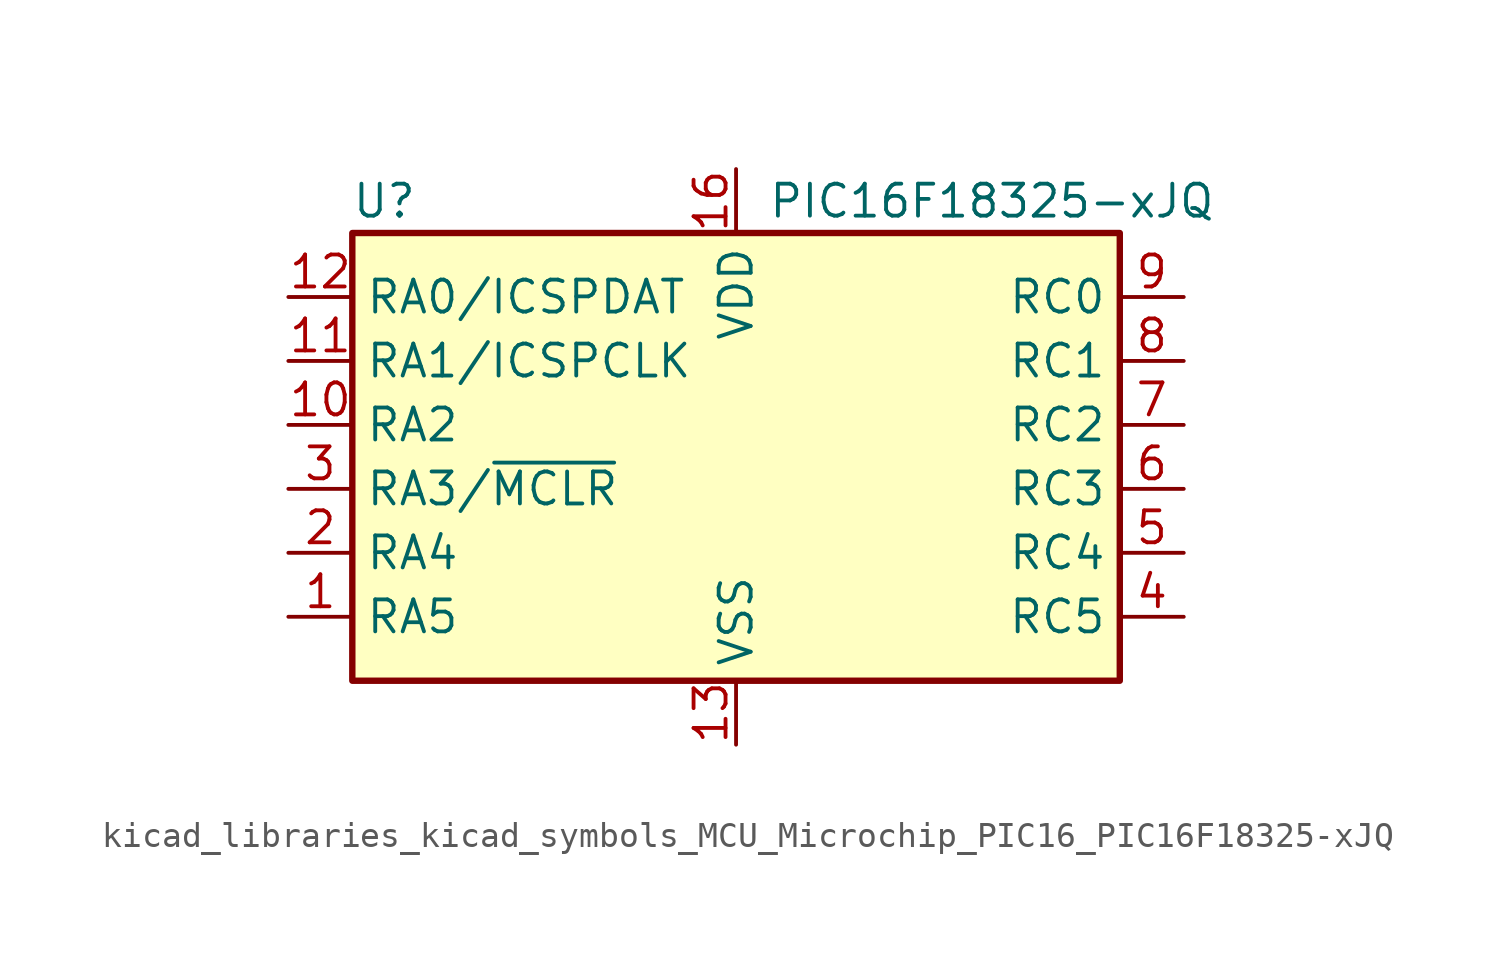
<source format=kicad_sym>
(kicad_symbol_lib
  (version 20220914)
  (generator kicad_symbol_editor)
  (symbol "kicad_libraries_kicad_symbols_MCU_Microchip_PIC16_PIC16F18325-xJQ"
    (property "Reference" "U"
      (at -13.97 11.43 0)
      (effects (font (size 1.27 1.27))))
    (property "Value" "PIC16F18325-xJQ"
      (at 10.16 11.43 0)
      (effects (font (size 1.27 1.27))))
    (symbol "kicad_libraries_kicad_symbols_MCU_Microchip_PIC16_PIC16F18325-xJQ_0_1"
      (rectangle (start -15.24 10.16) (end 15.24 -7.62) (stroke (width 0.254) (type default)) (fill (type background))))
    (symbol "kicad_libraries_kicad_symbols_MCU_Microchip_PIC16_PIC16F18325-xJQ_1_1"
      (pin bidirectional line (at -17.78 -5.08 0) (length 2.54) (name "RA5" (effects (font (size 1.27 1.27)))) (number "1" (effects (font (size 1.27 1.27)))))
      (pin bidirectional line (at -17.78 2.54 0) (length 2.54) (name "RA2" (effects (font (size 1.27 1.27)))) (number "10" (effects (font (size 1.27 1.27)))))
      (pin bidirectional line (at -17.78 5.08 0) (length 2.54) (name "RA1/ICSPCLK" (effects (font (size 1.27 1.27)))) (number "11" (effects (font (size 1.27 1.27)))))
      (pin bidirectional line (at -17.78 7.62 0) (length 2.54) (name "RA0/ICSPDAT" (effects (font (size 1.27 1.27)))) (number "12" (effects (font (size 1.27 1.27)))))
      (pin power_in line (at 0 -10.16 90) (length 2.54) (name "VSS" (effects (font (size 1.27 1.27)))) (number "13" (effects (font (size 1.27 1.27)))))
      (pin no_connect line (at 5.08 -7.62 90) (length 2.54) hide (name "NC" (effects (font (size 1.27 1.27)))) (number "14" (effects (font (size 1.27 1.27)))))
      (pin no_connect line (at 7.62 -7.62 90) (length 2.54) hide (name "NC" (effects (font (size 1.27 1.27)))) (number "15" (effects (font (size 1.27 1.27)))))
      (pin power_in line (at 0 12.7 270) (length 2.54) (name "VDD" (effects (font (size 1.27 1.27)))) (number "16" (effects (font (size 1.27 1.27)))))
      (pin bidirectional line (at -17.78 -2.54 0) (length 2.54) (name "RA4" (effects (font (size 1.27 1.27)))) (number "2" (effects (font (size 1.27 1.27)))))
      (pin bidirectional line (at -17.78 0 0) (length 2.54) (name "RA3/~{MCLR}" (effects (font (size 1.27 1.27)))) (number "3" (effects (font (size 1.27 1.27)))))
      (pin bidirectional line (at 17.78 -5.08 180) (length 2.54) (name "RC5" (effects (font (size 1.27 1.27)))) (number "4" (effects (font (size 1.27 1.27)))))
      (pin bidirectional line (at 17.78 -2.54 180) (length 2.54) (name "RC4" (effects (font (size 1.27 1.27)))) (number "5" (effects (font (size 1.27 1.27)))))
      (pin bidirectional line (at 17.78 0 180) (length 2.54) (name "RC3" (effects (font (size 1.27 1.27)))) (number "6" (effects (font (size 1.27 1.27)))))
      (pin bidirectional line (at 17.78 2.54 180) (length 2.54) (name "RC2" (effects (font (size 1.27 1.27)))) (number "7" (effects (font (size 1.27 1.27)))))
      (pin bidirectional line (at 17.78 5.08 180) (length 2.54) (name "RC1" (effects (font (size 1.27 1.27)))) (number "8" (effects (font (size 1.27 1.27)))))
      (pin bidirectional line (at 17.78 7.62 180) (length 2.54) (name "RC0" (effects (font (size 1.27 1.27)))) (number "9" (effects (font (size 1.27 1.27))))))))
</source>
